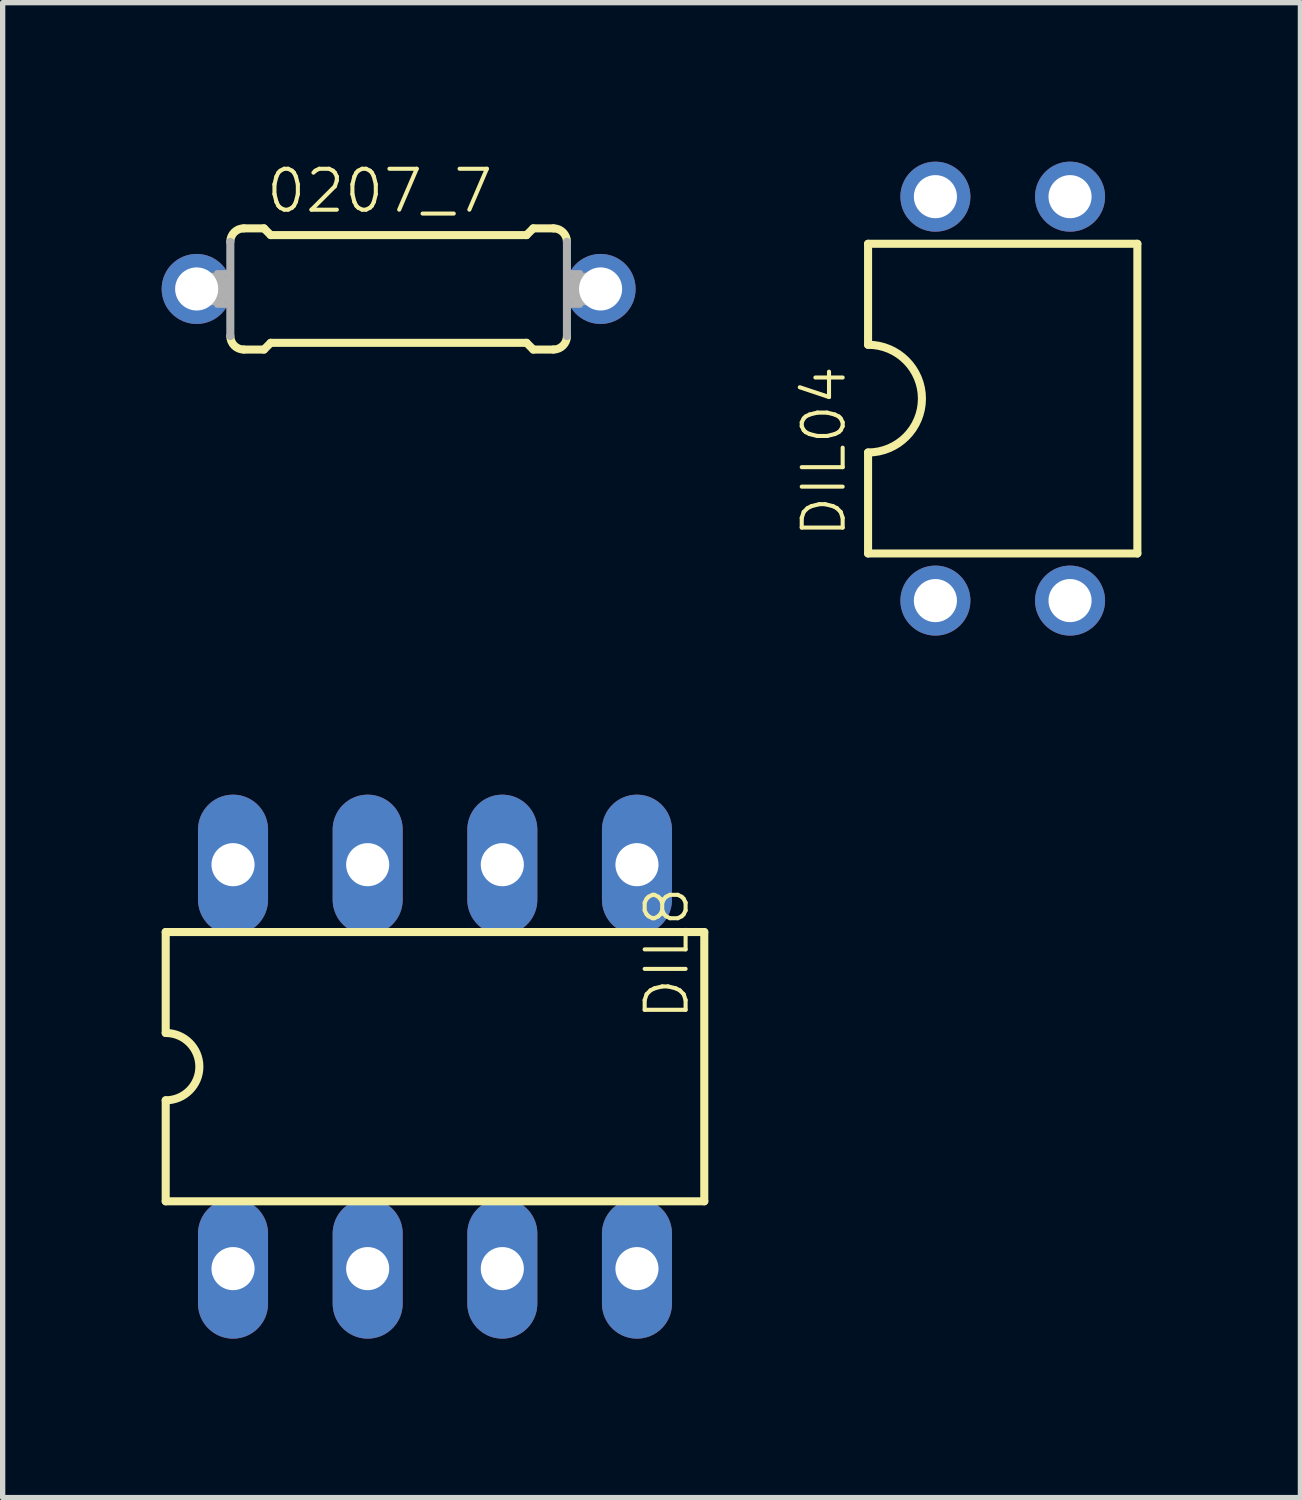
<source format=kicad_pcb>
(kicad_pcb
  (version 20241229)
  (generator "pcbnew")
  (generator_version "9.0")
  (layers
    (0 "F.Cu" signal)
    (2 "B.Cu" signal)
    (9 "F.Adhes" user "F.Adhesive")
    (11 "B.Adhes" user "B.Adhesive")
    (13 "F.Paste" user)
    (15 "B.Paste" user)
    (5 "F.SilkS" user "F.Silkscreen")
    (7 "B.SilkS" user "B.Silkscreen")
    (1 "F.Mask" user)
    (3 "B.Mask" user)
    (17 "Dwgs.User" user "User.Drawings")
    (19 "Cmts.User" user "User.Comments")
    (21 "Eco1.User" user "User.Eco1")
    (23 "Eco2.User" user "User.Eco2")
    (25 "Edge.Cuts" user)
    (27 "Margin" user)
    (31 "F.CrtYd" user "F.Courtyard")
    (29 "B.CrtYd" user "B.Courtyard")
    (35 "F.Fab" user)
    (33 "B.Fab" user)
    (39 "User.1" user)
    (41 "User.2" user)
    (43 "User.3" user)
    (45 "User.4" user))
  (footprint "0207_7"
    (layer "F.Cu")
    (at 4.47 2.401)
    (property "Reference" "0207_7" (at -2.54 -1.397 0) (layer "F.SilkS") (effects (font (size 0.772 0.772) (thickness 0.077)) (justify left bottom)))
    (attr through_hole)
    (fp_line (start -2.921 -1.143) (end -2.54 -1.143) (stroke (width 0.152) (type solid)) (layer "F.SilkS"))
    (fp_line (start -2.921 1.143) (end -2.54 1.143) (stroke (width 0.152) (type solid)) (layer "F.SilkS"))
    (fp_line (start -2.413 -1.016) (end -2.54 -1.143) (stroke (width 0.152) (type solid)) (layer "F.SilkS"))
    (fp_line (start -2.413 1.016) (end -2.54 1.143) (stroke (width 0.152) (type solid)) (layer "F.SilkS"))
    (fp_line (start 2.413 -1.016) (end -2.413 -1.016) (stroke (width 0.152) (type solid)) (layer "F.SilkS"))
    (fp_line (start 2.413 -1.016) (end 2.54 -1.143) (stroke (width 0.152) (type solid)) (layer "F.SilkS"))
    (fp_line (start 2.413 1.016) (end -2.413 1.016) (stroke (width 0.152) (type solid)) (layer "F.SilkS"))
    (fp_line (start 2.413 1.016) (end 2.54 1.143) (stroke (width 0.152) (type solid)) (layer "F.SilkS"))
    (fp_line (start 2.921 -1.143) (end 2.54 -1.143) (stroke (width 0.152) (type solid)) (layer "F.SilkS"))
    (fp_line (start 2.921 1.143) (end 2.54 1.143) (stroke (width 0.152) (type solid)) (layer "F.SilkS"))
    (fp_arc (start -3.175 -0.889) (mid -3.100605 -1.068605) (end -2.921 -1.143) (stroke (width 0.1524) (type solid)) (layer "F.SilkS"))
    (fp_arc (start -2.921 1.143) (mid -3.100605 1.068605) (end -3.175 0.889) (stroke (width 0.1524) (type solid)) (layer "F.SilkS"))
    (fp_arc (start 2.921 -1.143) (mid 3.100605 -1.068605) (end 3.175 -0.889) (stroke (width 0.1524) (type solid)) (layer "F.SilkS"))
    (fp_arc (start 3.175 0.889) (mid 3.100605 1.068605) (end 2.921 1.143) (stroke (width 0.1524) (type solid)) (layer "F.SilkS"))
    (fp_line (start -3.81 0) (end -3.429 0) (stroke (width 0.61) (type solid)) (layer "F.Fab"))
    (fp_line (start -3.175 0.889) (end -3.175 -0.889) (stroke (width 0.152) (type solid)) (layer "F.Fab"))
    (fp_line (start 3.175 0.889) (end 3.175 -0.889) (stroke (width 0.152) (type solid)) (layer "F.Fab"))
    (fp_line (start 3.429 0) (end 3.81 0) (stroke (width 0.61) (type solid)) (layer "F.Fab"))
    (fp_poly (pts (xy -3.429 0.305) (xy -3.175 0.305) (xy -3.175 -0.305) (xy -3.429 -0.305)) (stroke (width 0.1) (type solid)) (fill no) (layer "F.Fab"))
    (fp_poly (pts (xy 3.175 0.305) (xy 3.429 0.305) (xy 3.429 -0.305) (xy 3.175 -0.305)) (stroke (width 0.1) (type solid)) (fill no) (layer "F.Fab"))
    (pad "1" thru_hole circle (at -3.81 0) (size 1.321 1.321) (drill 0.813) (layers "*.Cu" "*.Mask"))
    (pad "2" thru_hole circle (at 3.81 0) (size 1.321 1.321) (drill 0.813) (layers "*.Cu" "*.Mask")))
  (footprint "DIL04"
    (layer "F.Cu")
    (at 15.866 4.47)
    (property "Reference" "DIL04" (at -2.921 2.667 90) (layer "F.SilkS") (effects (font (size 0.772 0.772) (thickness 0.077)) (justify left bottom)))
    (attr through_hole)
    (fp_line (start -2.54 -2.921) (end -2.54 -1.016) (stroke (width 0.152) (type solid)) (layer "F.SilkS"))
    (fp_line (start -2.54 2.921) (end -2.54 1.016) (stroke (width 0.152) (type solid)) (layer "F.SilkS"))
    (fp_line (start -2.54 2.921) (end 2.54 2.921) (stroke (width 0.152) (type solid)) (layer "F.SilkS"))
    (fp_line (start 2.54 -2.921) (end -2.54 -2.921) (stroke (width 0.152) (type solid)) (layer "F.SilkS"))
    (fp_line (start 2.54 -2.921) (end 2.54 2.921) (stroke (width 0.152) (type solid)) (layer "F.SilkS"))
    (fp_arc (start -2.54 -1.016) (mid -1.524 0) (end -2.54 1.016) (stroke (width 0.1524) (type solid)) (layer "F.SilkS"))
    (pad "1" thru_hole circle (at -1.27 3.81 270) (size 1.321 1.321) (drill 0.813) (layers "*.Cu" "*.Mask"))
    (pad "2" thru_hole circle (at 1.27 3.81 270) (size 1.321 1.321) (drill 0.813) (layers "*.Cu" "*.Mask"))
    (pad "3" thru_hole circle (at 1.27 -3.81 90) (size 1.321 1.321) (drill 0.813) (layers "*.Cu" "*.Mask"))
    (pad "4" thru_hole circle (at -1.27 -3.81 90) (size 1.321 1.321) (drill 0.813) (layers "*.Cu" "*.Mask")))
  (footprint "DIL8"
    (layer "F.Cu")
    (at 5.156 17.072)
    (property "Reference" "DIL8" (at 4.826 -0.838 270) (layer "F.SilkS") (effects (font (size 0.772 0.772) (thickness 0.077)) (justify left bottom)))
    (attr through_hole)
    (fp_line (start -5.08 -2.54) (end -5.08 -0.635) (stroke (width 0.152) (type solid)) (layer "F.SilkS"))
    (fp_line (start -5.08 -2.54) (end 5.08 -2.54) (stroke (width 0.152) (type solid)) (layer "F.SilkS"))
    (fp_line (start -5.08 0.635) (end -5.08 2.54) (stroke (width 0.152) (type solid)) (layer "F.SilkS"))
    (fp_line (start 5.08 2.54) (end -5.08 2.54) (stroke (width 0.152) (type solid)) (layer "F.SilkS"))
    (fp_line (start 5.08 2.54) (end 5.08 -2.54) (stroke (width 0.152) (type solid)) (layer "F.SilkS"))
    (fp_arc (start -5.08 -0.635) (mid -4.445 0) (end -5.08 0.635) (stroke (width 0.1524) (type solid)) (layer "F.SilkS"))
    (pad "1" thru_hole oval (at -3.81 3.81 90) (size 2.642 1.321) (drill 0.813) (layers "*.Cu" "*.Mask"))
    (pad "2" thru_hole oval (at -1.27 3.81 90) (size 2.642 1.321) (drill 0.813) (layers "*.Cu" "*.Mask"))
    (pad "3" thru_hole oval (at 1.27 3.81 90) (size 2.642 1.321) (drill 0.813) (layers "*.Cu" "*.Mask"))
    (pad "4" thru_hole oval (at 3.81 3.81 90) (size 2.642 1.321) (drill 0.813) (layers "*.Cu" "*.Mask"))
    (pad "5" thru_hole oval (at 3.81 -3.81 90) (size 2.642 1.321) (drill 0.813) (layers "*.Cu" "*.Mask"))
    (pad "6" thru_hole oval (at 1.27 -3.81 90) (size 2.642 1.321) (drill 0.813) (layers "*.Cu" "*.Mask"))
    (pad "7" thru_hole oval (at -1.27 -3.81 90) (size 2.642 1.321) (drill 0.813) (layers "*.Cu" "*.Mask"))
    (pad "8" thru_hole oval (at -3.81 -3.81 90) (size 2.642 1.321) (drill 0.813) (layers "*.Cu" "*.Mask")))
  (gr_rect
    (start -3 -3)
    (end 21.482 25.202)
    (stroke (width 0.1) (type default))
    (fill no)
    (layer "Edge.Cuts")))
</source>
